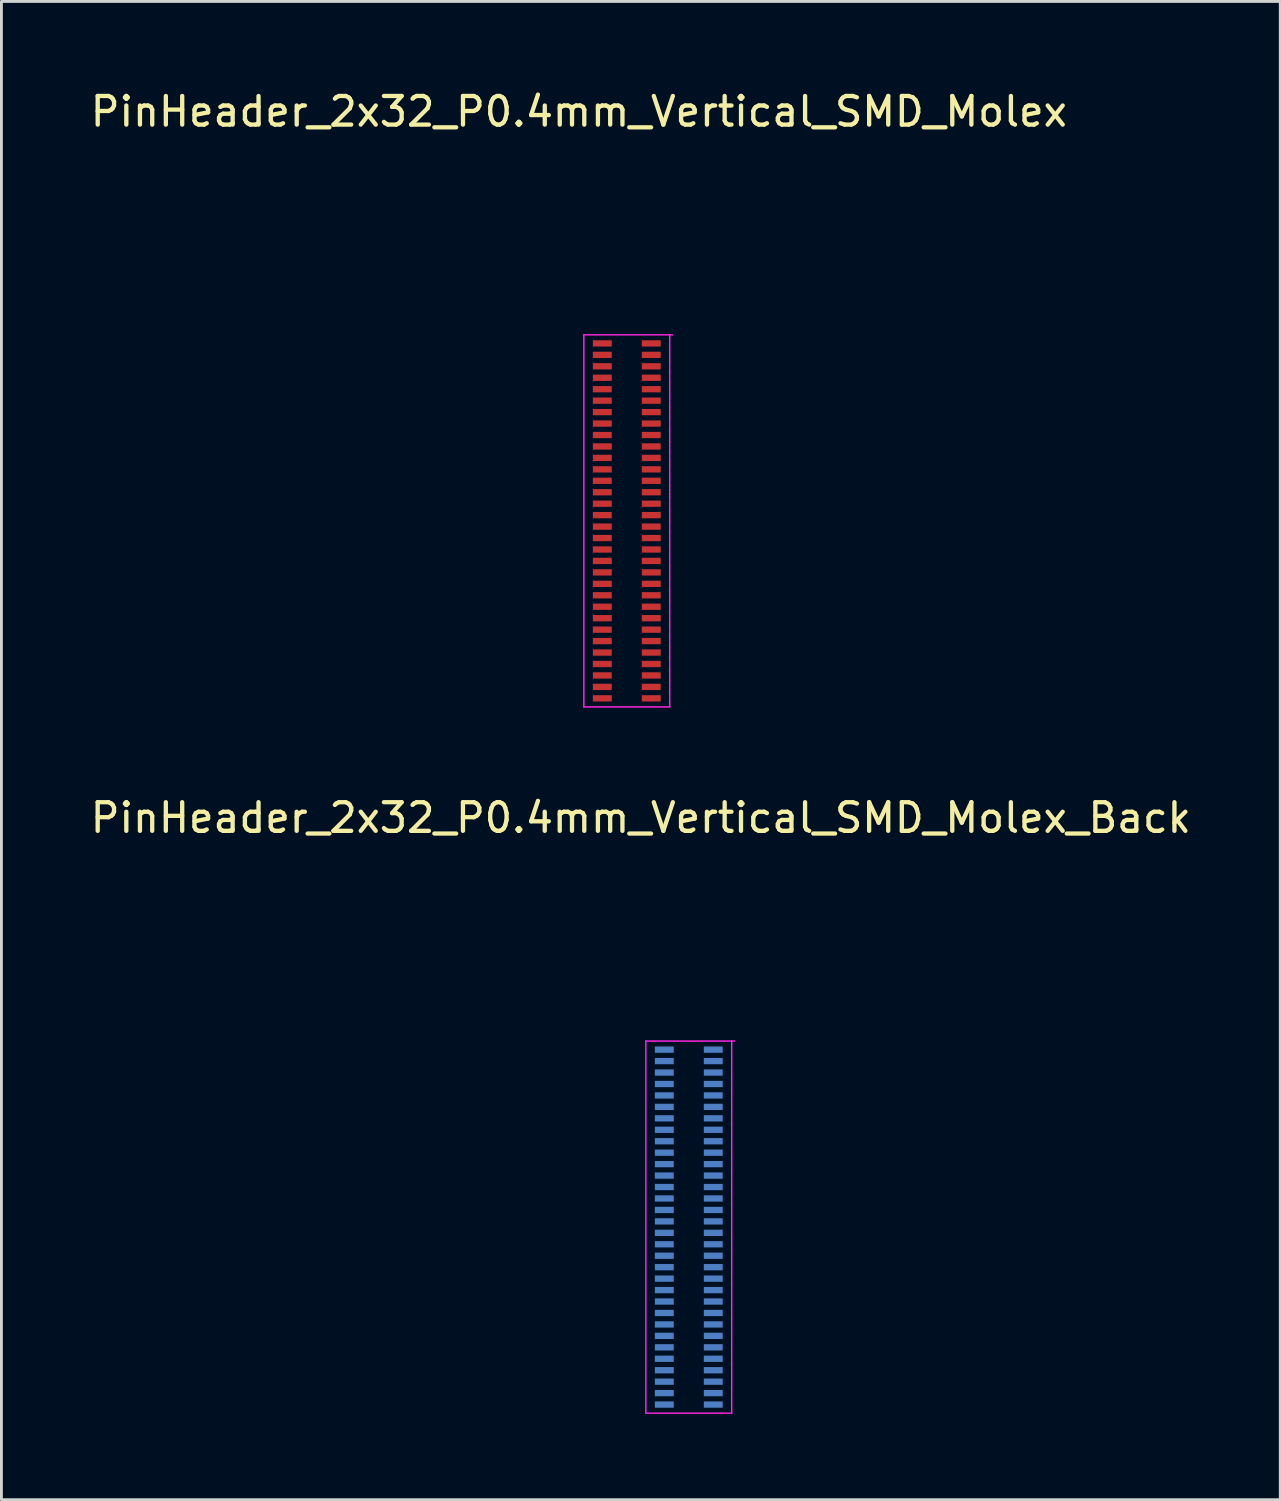
<source format=kicad_pcb>
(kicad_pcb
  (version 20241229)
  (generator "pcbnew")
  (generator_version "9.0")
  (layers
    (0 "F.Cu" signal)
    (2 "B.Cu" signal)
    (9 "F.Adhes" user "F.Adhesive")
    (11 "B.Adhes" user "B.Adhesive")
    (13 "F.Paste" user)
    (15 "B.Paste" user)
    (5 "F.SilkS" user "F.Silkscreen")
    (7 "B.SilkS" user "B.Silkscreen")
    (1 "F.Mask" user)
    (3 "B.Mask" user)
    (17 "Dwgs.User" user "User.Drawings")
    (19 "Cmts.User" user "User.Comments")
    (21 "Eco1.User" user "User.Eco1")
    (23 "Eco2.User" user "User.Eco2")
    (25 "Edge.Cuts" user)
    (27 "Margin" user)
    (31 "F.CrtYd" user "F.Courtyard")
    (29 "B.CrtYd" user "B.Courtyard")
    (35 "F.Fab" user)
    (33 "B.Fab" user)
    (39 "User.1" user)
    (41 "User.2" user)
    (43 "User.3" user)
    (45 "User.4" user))
  (footprint "PinHeader_2x32_P0.4mm_Vertical_SMD_Molex"
    (layer "F.Cu")
    (at 17.348 8.648)
    (property "Reference" "PinHeader_2x32_P0.4mm_Vertical_SMD_Molex" (at -0.175 -7.8 0) (layer "F.SilkS") (effects (font (size 1 1) (thickness 0.15))))
    (attr smd)
    (fp_line (start 0 0) (end 0 13) (stroke (width 0.05) (type solid)) (layer "F.CrtYd"))
    (fp_line (start 0 13) (end 3 13) (stroke (width 0.05) (type solid)) (layer "F.CrtYd"))
    (fp_line (start 3 13) (end 3 0) (stroke (width 0.05) (type solid)) (layer "F.CrtYd"))
    (fp_line (start 3.1 0) (end 0 0) (stroke (width 0.05) (type solid)) (layer "F.CrtYd"))
    (pad "1" smd rect (at 0.645 0.3) (size 0.66 0.22) (layers "F.Cu" "F.Mask" "F.Paste"))
    (pad "2" smd rect (at 0.645 0.7) (size 0.66 0.22) (layers "F.Cu" "F.Mask" "F.Paste"))
    (pad "3" smd rect (at 0.645 1.1) (size 0.66 0.22) (layers "F.Cu" "F.Mask" "F.Paste"))
    (pad "4" smd rect (at 0.645 1.5) (size 0.66 0.22) (layers "F.Cu" "F.Mask" "F.Paste"))
    (pad "5" smd rect (at 0.645 1.9) (size 0.66 0.22) (layers "F.Cu" "F.Mask" "F.Paste"))
    (pad "6" smd rect (at 0.645 2.3) (size 0.66 0.22) (layers "F.Cu" "F.Mask" "F.Paste"))
    (pad "7" smd rect (at 0.645 2.7) (size 0.66 0.22) (layers "F.Cu" "F.Mask" "F.Paste"))
    (pad "8" smd rect (at 0.645 3.1) (size 0.66 0.22) (layers "F.Cu" "F.Mask" "F.Paste"))
    (pad "9" smd rect (at 0.645 3.5) (size 0.66 0.22) (layers "F.Cu" "F.Mask" "F.Paste"))
    (pad "10" smd rect (at 0.645 3.9) (size 0.66 0.22) (layers "F.Cu" "F.Mask" "F.Paste"))
    (pad "11" smd rect (at 0.645 4.3) (size 0.66 0.22) (layers "F.Cu" "F.Mask" "F.Paste"))
    (pad "12" smd rect (at 0.645 4.7) (size 0.66 0.22) (layers "F.Cu" "F.Mask" "F.Paste"))
    (pad "13" smd rect (at 0.645 5.1) (size 0.66 0.22) (layers "F.Cu" "F.Mask" "F.Paste"))
    (pad "14" smd rect (at 0.645 5.5) (size 0.66 0.22) (layers "F.Cu" "F.Mask" "F.Paste"))
    (pad "15" smd rect (at 0.645 5.9) (size 0.66 0.22) (layers "F.Cu" "F.Mask" "F.Paste"))
    (pad "16" smd rect (at 0.645 6.3) (size 0.66 0.22) (layers "F.Cu" "F.Mask" "F.Paste"))
    (pad "17" smd rect (at 0.645 6.7) (size 0.66 0.22) (layers "F.Cu" "F.Mask" "F.Paste"))
    (pad "18" smd rect (at 0.645 7.1) (size 0.66 0.22) (layers "F.Cu" "F.Mask" "F.Paste"))
    (pad "19" smd rect (at 0.645 7.5) (size 0.66 0.22) (layers "F.Cu" "F.Mask" "F.Paste"))
    (pad "20" smd rect (at 0.645 7.9) (size 0.66 0.22) (layers "F.Cu" "F.Mask" "F.Paste"))
    (pad "21" smd rect (at 0.645 8.3) (size 0.66 0.22) (layers "F.Cu" "F.Mask" "F.Paste"))
    (pad "22" smd rect (at 0.645 8.7) (size 0.66 0.22) (layers "F.Cu" "F.Mask" "F.Paste"))
    (pad "23" smd rect (at 0.645 9.1) (size 0.66 0.22) (layers "F.Cu" "F.Mask" "F.Paste"))
    (pad "24" smd rect (at 0.645 9.5) (size 0.66 0.22) (layers "F.Cu" "F.Mask" "F.Paste"))
    (pad "25" smd rect (at 0.645 9.9) (size 0.66 0.22) (layers "F.Cu" "F.Mask" "F.Paste"))
    (pad "26" smd rect (at 0.645 10.3) (size 0.66 0.22) (layers "F.Cu" "F.Mask" "F.Paste"))
    (pad "27" smd rect (at 0.645 10.7) (size 0.66 0.22) (layers "F.Cu" "F.Mask" "F.Paste"))
    (pad "28" smd rect (at 0.645 11.1) (size 0.66 0.22) (layers "F.Cu" "F.Mask" "F.Paste"))
    (pad "29" smd rect (at 0.645 11.5) (size 0.66 0.22) (layers "F.Cu" "F.Mask" "F.Paste"))
    (pad "30" smd rect (at 0.645 11.9) (size 0.66 0.22) (layers "F.Cu" "F.Mask" "F.Paste"))
    (pad "31" smd rect (at 0.645 12.3) (size 0.66 0.22) (layers "F.Cu" "F.Mask" "F.Paste"))
    (pad "32" smd rect (at 0.645 12.7) (size 0.66 0.22) (layers "F.Cu" "F.Mask" "F.Paste"))
    (pad "33" smd rect (at 2.355 12.7) (size 0.66 0.22) (layers "F.Cu" "F.Mask" "F.Paste"))
    (pad "34" smd rect (at 2.355 12.3) (size 0.66 0.22) (layers "F.Cu" "F.Mask" "F.Paste"))
    (pad "35" smd rect (at 2.355 11.9) (size 0.66 0.22) (layers "F.Cu" "F.Mask" "F.Paste"))
    (pad "36" smd rect (at 2.355 11.5) (size 0.66 0.22) (layers "F.Cu" "F.Mask" "F.Paste"))
    (pad "37" smd rect (at 2.355 11.1) (size 0.66 0.22) (layers "F.Cu" "F.Mask" "F.Paste"))
    (pad "38" smd rect (at 2.355 10.7) (size 0.66 0.22) (layers "F.Cu" "F.Mask" "F.Paste"))
    (pad "39" smd rect (at 2.355 10.3) (size 0.66 0.22) (layers "F.Cu" "F.Mask" "F.Paste"))
    (pad "40" smd rect (at 2.355 9.9) (size 0.66 0.22) (layers "F.Cu" "F.Mask" "F.Paste"))
    (pad "41" smd rect (at 2.355 9.5) (size 0.66 0.22) (layers "F.Cu" "F.Mask" "F.Paste"))
    (pad "42" smd rect (at 2.355 9.1) (size 0.66 0.22) (layers "F.Cu" "F.Mask" "F.Paste"))
    (pad "43" smd rect (at 2.355 8.7) (size 0.66 0.22) (layers "F.Cu" "F.Mask" "F.Paste"))
    (pad "44" smd rect (at 2.355 8.3) (size 0.66 0.22) (layers "F.Cu" "F.Mask" "F.Paste"))
    (pad "45" smd rect (at 2.355 7.9) (size 0.66 0.22) (layers "F.Cu" "F.Mask" "F.Paste"))
    (pad "46" smd rect (at 2.355 7.5) (size 0.66 0.22) (layers "F.Cu" "F.Mask" "F.Paste"))
    (pad "47" smd rect (at 2.355 7.1) (size 0.66 0.22) (layers "F.Cu" "F.Mask" "F.Paste"))
    (pad "48" smd rect (at 2.355 6.7) (size 0.66 0.22) (layers "F.Cu" "F.Mask" "F.Paste"))
    (pad "49" smd rect (at 2.355 6.3) (size 0.66 0.22) (layers "F.Cu" "F.Mask" "F.Paste"))
    (pad "50" smd rect (at 2.355 5.9) (size 0.66 0.22) (layers "F.Cu" "F.Mask" "F.Paste"))
    (pad "51" smd rect (at 2.355 5.5) (size 0.66 0.22) (layers "F.Cu" "F.Mask" "F.Paste"))
    (pad "52" smd rect (at 2.355 5.1) (size 0.66 0.22) (layers "F.Cu" "F.Mask" "F.Paste"))
    (pad "53" smd rect (at 2.355 4.7) (size 0.66 0.22) (layers "F.Cu" "F.Mask" "F.Paste"))
    (pad "54" smd rect (at 2.355 4.3) (size 0.66 0.22) (layers "F.Cu" "F.Mask" "F.Paste"))
    (pad "55" smd rect (at 2.355 3.9) (size 0.66 0.22) (layers "F.Cu" "F.Mask" "F.Paste"))
    (pad "56" smd rect (at 2.355 3.5) (size 0.66 0.22) (layers "F.Cu" "F.Mask" "F.Paste"))
    (pad "57" smd rect (at 2.355 3.1) (size 0.66 0.22) (layers "F.Cu" "F.Mask" "F.Paste"))
    (pad "58" smd rect (at 2.355 2.7) (size 0.66 0.22) (layers "F.Cu" "F.Mask" "F.Paste"))
    (pad "59" smd rect (at 2.355 2.3) (size 0.66 0.22) (layers "F.Cu" "F.Mask" "F.Paste"))
    (pad "60" smd rect (at 2.355 1.9) (size 0.66 0.22) (layers "F.Cu" "F.Mask" "F.Paste"))
    (pad "61" smd rect (at 2.355 1.5) (size 0.66 0.22) (layers "F.Cu" "F.Mask" "F.Paste"))
    (pad "62" smd rect (at 2.355 1.1) (size 0.66 0.22) (layers "F.Cu" "F.Mask" "F.Paste"))
    (pad "63" smd rect (at 2.355 0.7) (size 0.66 0.22) (layers "F.Cu" "F.Mask" "F.Paste"))
    (pad "64" smd rect (at 2.355 0.3) (size 0.66 0.22) (layers "F.Cu" "F.Mask" "F.Paste")))
  (footprint "PinHeader_2x32_P0.4mm_Vertical_SMD_Molex_Back"
    (layer "F.Cu")
    (at 19.514 33.322)
    (property "Reference" "PinHeader_2x32_P0.4mm_Vertical_SMD_Molex_Back" (at -0.175 -7.8 0) (layer "F.SilkS") (effects (font (size 1 1) (thickness 0.15))))
    (attr smd)
    (fp_line (start 0 0) (end 0 13) (stroke (width 0.05) (type solid)) (layer "F.CrtYd"))
    (fp_line (start 0 13) (end 3 13) (stroke (width 0.05) (type solid)) (layer "F.CrtYd"))
    (fp_line (start 3 13) (end 3 0) (stroke (width 0.05) (type solid)) (layer "F.CrtYd"))
    (fp_line (start 3.1 0) (end 0 0) (stroke (width 0.05) (type solid)) (layer "F.CrtYd"))
    (pad "1" smd rect (at 0.645 0.3) (size 0.66 0.22) (layers "B.Cu" "B.Mask" "B.Paste"))
    (pad "2" smd rect (at 0.645 0.7) (size 0.66 0.22) (layers "B.Cu" "B.Mask" "B.Paste"))
    (pad "3" smd rect (at 0.645 1.1) (size 0.66 0.22) (layers "B.Cu" "B.Mask" "B.Paste"))
    (pad "4" smd rect (at 0.645 1.5) (size 0.66 0.22) (layers "B.Cu" "B.Mask" "B.Paste"))
    (pad "5" smd rect (at 0.645 1.9) (size 0.66 0.22) (layers "B.Cu" "B.Mask" "B.Paste"))
    (pad "6" smd rect (at 0.645 2.3) (size 0.66 0.22) (layers "B.Cu" "B.Mask" "B.Paste"))
    (pad "7" smd rect (at 0.645 2.7) (size 0.66 0.22) (layers "B.Cu" "B.Mask" "B.Paste"))
    (pad "8" smd rect (at 0.645 3.1) (size 0.66 0.22) (layers "B.Cu" "B.Mask" "B.Paste"))
    (pad "9" smd rect (at 0.645 3.5) (size 0.66 0.22) (layers "B.Cu" "B.Mask" "B.Paste"))
    (pad "10" smd rect (at 0.645 3.9) (size 0.66 0.22) (layers "B.Cu" "B.Mask" "B.Paste"))
    (pad "11" smd rect (at 0.645 4.3) (size 0.66 0.22) (layers "B.Cu" "B.Mask" "B.Paste"))
    (pad "12" smd rect (at 0.645 4.7) (size 0.66 0.22) (layers "B.Cu" "B.Mask" "B.Paste"))
    (pad "13" smd rect (at 0.645 5.1) (size 0.66 0.22) (layers "B.Cu" "B.Mask" "B.Paste"))
    (pad "14" smd rect (at 0.645 5.5) (size 0.66 0.22) (layers "B.Cu" "B.Mask" "B.Paste"))
    (pad "15" smd rect (at 0.645 5.9) (size 0.66 0.22) (layers "B.Cu" "B.Mask" "B.Paste"))
    (pad "16" smd rect (at 0.645 6.3) (size 0.66 0.22) (layers "B.Cu" "B.Mask" "B.Paste"))
    (pad "17" smd rect (at 0.645 6.7) (size 0.66 0.22) (layers "B.Cu" "B.Mask" "B.Paste"))
    (pad "18" smd rect (at 0.645 7.1) (size 0.66 0.22) (layers "B.Cu" "B.Mask" "B.Paste"))
    (pad "19" smd rect (at 0.645 7.5) (size 0.66 0.22) (layers "B.Cu" "B.Mask" "B.Paste"))
    (pad "20" smd rect (at 0.645 7.9) (size 0.66 0.22) (layers "B.Cu" "B.Mask" "B.Paste"))
    (pad "21" smd rect (at 0.645 8.3) (size 0.66 0.22) (layers "B.Cu" "B.Mask" "B.Paste"))
    (pad "22" smd rect (at 0.645 8.7) (size 0.66 0.22) (layers "B.Cu" "B.Mask" "B.Paste"))
    (pad "23" smd rect (at 0.645 9.1) (size 0.66 0.22) (layers "B.Cu" "B.Mask" "B.Paste"))
    (pad "24" smd rect (at 0.645 9.5) (size 0.66 0.22) (layers "B.Cu" "B.Mask" "B.Paste"))
    (pad "25" smd rect (at 0.645 9.9) (size 0.66 0.22) (layers "B.Cu" "B.Mask" "B.Paste"))
    (pad "26" smd rect (at 0.645 10.3) (size 0.66 0.22) (layers "B.Cu" "B.Mask" "B.Paste"))
    (pad "27" smd rect (at 0.645 10.7) (size 0.66 0.22) (layers "B.Cu" "B.Mask" "B.Paste"))
    (pad "28" smd rect (at 0.645 11.1) (size 0.66 0.22) (layers "B.Cu" "B.Mask" "B.Paste"))
    (pad "29" smd rect (at 0.645 11.5) (size 0.66 0.22) (layers "B.Cu" "B.Mask" "B.Paste"))
    (pad "30" smd rect (at 0.645 11.9) (size 0.66 0.22) (layers "B.Cu" "B.Mask" "B.Paste"))
    (pad "31" smd rect (at 0.645 12.3) (size 0.66 0.22) (layers "B.Cu" "B.Mask" "B.Paste"))
    (pad "32" smd rect (at 0.645 12.7) (size 0.66 0.22) (layers "B.Cu" "B.Mask" "B.Paste"))
    (pad "33" smd rect (at 2.355 12.7) (size 0.66 0.22) (layers "B.Cu" "B.Mask" "B.Paste"))
    (pad "34" smd rect (at 2.355 12.3) (size 0.66 0.22) (layers "B.Cu" "B.Mask" "B.Paste"))
    (pad "35" smd rect (at 2.355 11.9) (size 0.66 0.22) (layers "B.Cu" "B.Mask" "B.Paste"))
    (pad "36" smd rect (at 2.355 11.5) (size 0.66 0.22) (layers "B.Cu" "B.Mask" "B.Paste"))
    (pad "37" smd rect (at 2.355 11.1) (size 0.66 0.22) (layers "B.Cu" "B.Mask" "B.Paste"))
    (pad "38" smd rect (at 2.355 10.7) (size 0.66 0.22) (layers "B.Cu" "B.Mask" "B.Paste"))
    (pad "39" smd rect (at 2.355 10.3) (size 0.66 0.22) (layers "B.Cu" "B.Mask" "B.Paste"))
    (pad "40" smd rect (at 2.355 9.9) (size 0.66 0.22) (layers "B.Cu" "B.Mask" "B.Paste"))
    (pad "41" smd rect (at 2.355 9.5) (size 0.66 0.22) (layers "B.Cu" "B.Mask" "B.Paste"))
    (pad "42" smd rect (at 2.355 9.1) (size 0.66 0.22) (layers "B.Cu" "B.Mask" "B.Paste"))
    (pad "43" smd rect (at 2.355 8.7) (size 0.66 0.22) (layers "B.Cu" "B.Mask" "B.Paste"))
    (pad "44" smd rect (at 2.355 8.3) (size 0.66 0.22) (layers "B.Cu" "B.Mask" "B.Paste"))
    (pad "45" smd rect (at 2.355 7.9) (size 0.66 0.22) (layers "B.Cu" "B.Mask" "B.Paste"))
    (pad "46" smd rect (at 2.355 7.5) (size 0.66 0.22) (layers "B.Cu" "B.Mask" "B.Paste"))
    (pad "47" smd rect (at 2.355 7.1) (size 0.66 0.22) (layers "B.Cu" "B.Mask" "B.Paste"))
    (pad "48" smd rect (at 2.355 6.7) (size 0.66 0.22) (layers "B.Cu" "B.Mask" "B.Paste"))
    (pad "49" smd rect (at 2.355 6.3) (size 0.66 0.22) (layers "B.Cu" "B.Mask" "B.Paste"))
    (pad "50" smd rect (at 2.355 5.9) (size 0.66 0.22) (layers "B.Cu" "B.Mask" "B.Paste"))
    (pad "51" smd rect (at 2.355 5.5) (size 0.66 0.22) (layers "B.Cu" "B.Mask" "B.Paste"))
    (pad "52" smd rect (at 2.355 5.1) (size 0.66 0.22) (layers "B.Cu" "B.Mask" "B.Paste"))
    (pad "53" smd rect (at 2.355 4.7) (size 0.66 0.22) (layers "B.Cu" "B.Mask" "B.Paste"))
    (pad "54" smd rect (at 2.355 4.3) (size 0.66 0.22) (layers "B.Cu" "B.Mask" "B.Paste"))
    (pad "55" smd rect (at 2.355 3.9) (size 0.66 0.22) (layers "B.Cu" "B.Mask" "B.Paste"))
    (pad "56" smd rect (at 2.355 3.5) (size 0.66 0.22) (layers "B.Cu" "B.Mask" "B.Paste"))
    (pad "57" smd rect (at 2.355 3.1) (size 0.66 0.22) (layers "B.Cu" "B.Mask" "B.Paste"))
    (pad "58" smd rect (at 2.355 2.7) (size 0.66 0.22) (layers "B.Cu" "B.Mask" "B.Paste"))
    (pad "59" smd rect (at 2.355 2.3) (size 0.66 0.22) (layers "B.Cu" "B.Mask" "B.Paste"))
    (pad "60" smd rect (at 2.355 1.9) (size 0.66 0.22) (layers "B.Cu" "B.Mask" "B.Paste"))
    (pad "61" smd rect (at 2.355 1.5) (size 0.66 0.22) (layers "B.Cu" "B.Mask" "B.Paste"))
    (pad "62" smd rect (at 2.355 1.1) (size 0.66 0.22) (layers "B.Cu" "B.Mask" "B.Paste"))
    (pad "63" smd rect (at 2.355 0.7) (size 0.66 0.22) (layers "B.Cu" "B.Mask" "B.Paste"))
    (pad "64" smd rect (at 2.355 0.3) (size 0.66 0.22) (layers "B.Cu" "B.Mask" "B.Paste")))
  (gr_rect
    (start -3 -3)
    (end 41.679 49.346)
    (stroke (width 0.1) (type default))
    (fill no)
    (layer "Edge.Cuts")))
</source>
